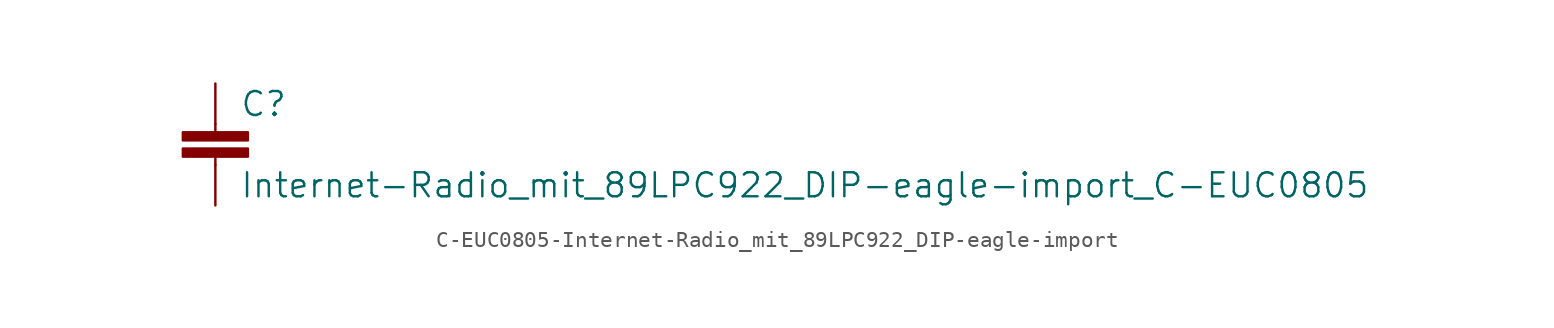
<source format=kicad_sym>
(kicad_symbol_lib
  (version 20220914)
  (generator kicad_symbol_editor)
  (symbol "C-EUC0805-Internet-Radio_mit_89LPC922_DIP-eagle-import"
    (pin_names
      (offset 1.016))
    (property "Reference" "C"
      (at 1.524 0.381 0)
      (effects (font (size 1.499 1.499)) (justify left bottom)))
    (property "Value" "Internet-Radio_mit_89LPC922_DIP-eagle-import_C-EUC0805"
      (at 1.524 -4.699 0)
      (effects (font (size 1.499 1.499)) (justify left bottom)))
    (property "ki_locked" ""
      (at 0 0 0)
      (effects (font (size 1.27 1.27))))
    (symbol "C-EUC0805-Internet-Radio_mit_89LPC922_DIP-eagle-import_1_0"
      (rectangle (start -2.032 -2.032) (end 2.032 -1.524) (stroke (width 0) (type solid)) (fill (type outline)))
      (rectangle (start -2.032 -1.016) (end 2.032 -0.508) (stroke (width 0) (type solid)) (fill (type outline)))
      (polyline (pts (xy 0 -2.54) (xy 0 -2.032)) (stroke (width 0) (type solid)) (fill (type none)))
      (polyline (pts (xy 0 0) (xy 0 -0.508)) (stroke (width 0) (type solid)) (fill (type none)))
      (pin passive line (at 0 2.54 270) (length 2.54) (name "1" (effects (font (size 0 0)))) (number "1" (effects (font (size 0 0)))))
      (pin passive line (at 0 -5.08 90) (length 2.54) (name "2" (effects (font (size 0 0)))) (number "2" (effects (font (size 0 0))))))))
</source>
